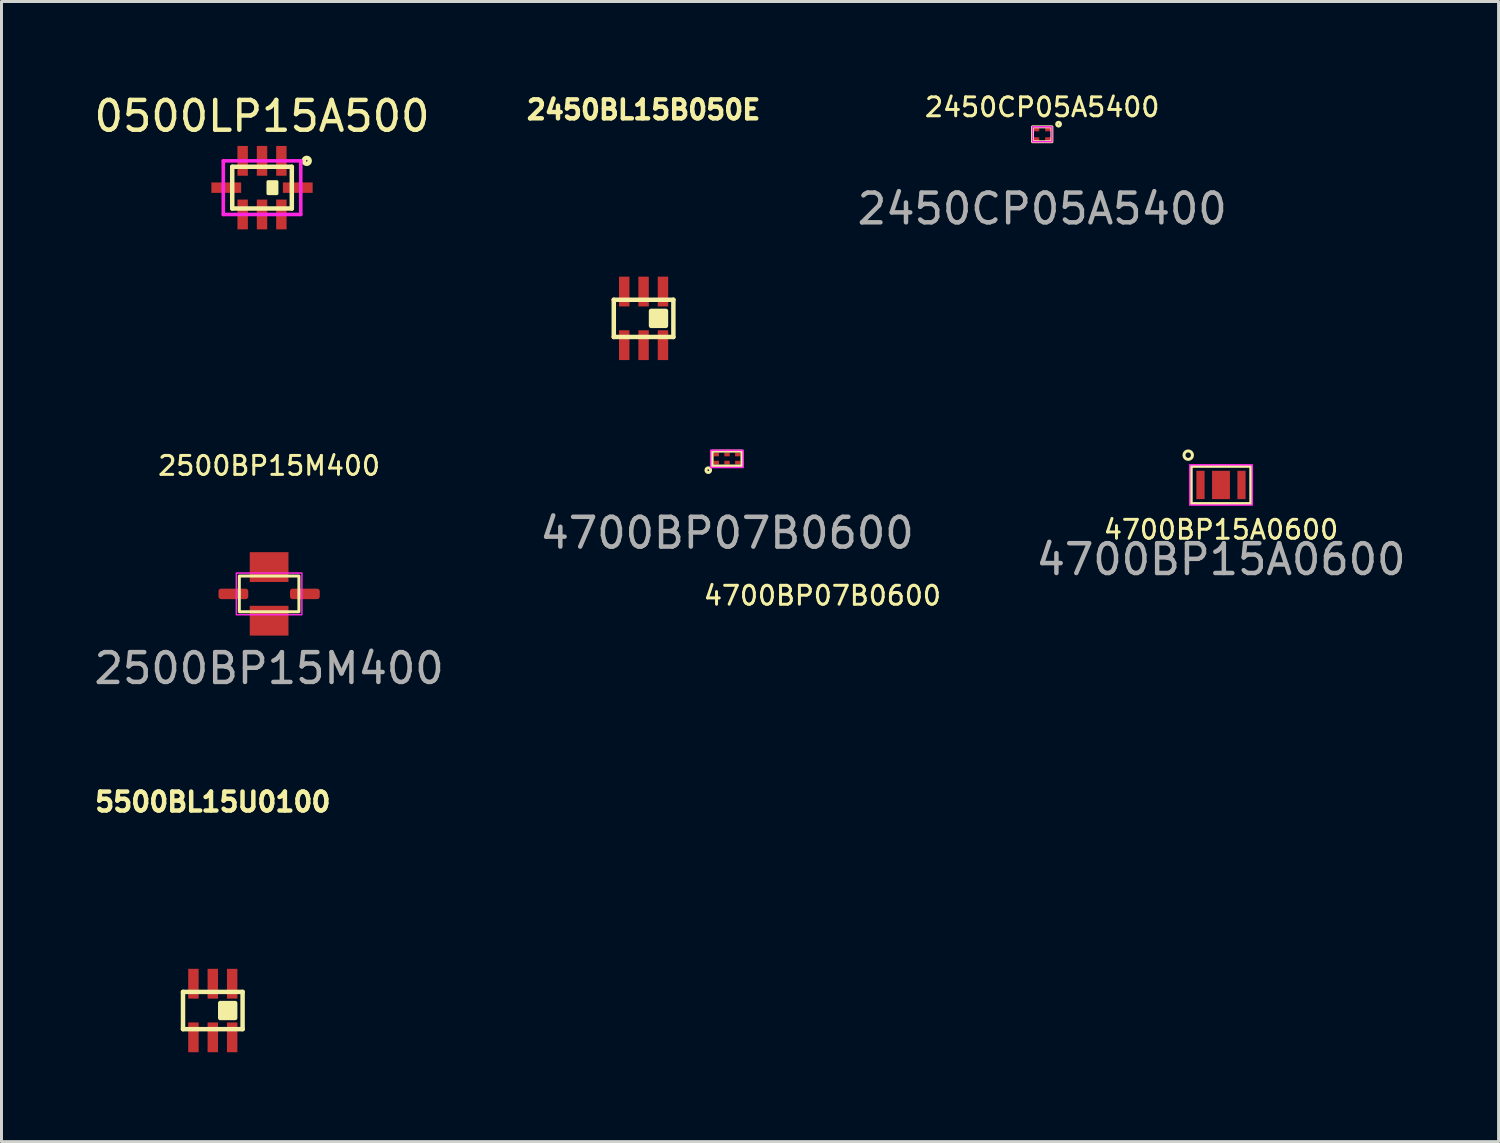
<source format=kicad_pcb>
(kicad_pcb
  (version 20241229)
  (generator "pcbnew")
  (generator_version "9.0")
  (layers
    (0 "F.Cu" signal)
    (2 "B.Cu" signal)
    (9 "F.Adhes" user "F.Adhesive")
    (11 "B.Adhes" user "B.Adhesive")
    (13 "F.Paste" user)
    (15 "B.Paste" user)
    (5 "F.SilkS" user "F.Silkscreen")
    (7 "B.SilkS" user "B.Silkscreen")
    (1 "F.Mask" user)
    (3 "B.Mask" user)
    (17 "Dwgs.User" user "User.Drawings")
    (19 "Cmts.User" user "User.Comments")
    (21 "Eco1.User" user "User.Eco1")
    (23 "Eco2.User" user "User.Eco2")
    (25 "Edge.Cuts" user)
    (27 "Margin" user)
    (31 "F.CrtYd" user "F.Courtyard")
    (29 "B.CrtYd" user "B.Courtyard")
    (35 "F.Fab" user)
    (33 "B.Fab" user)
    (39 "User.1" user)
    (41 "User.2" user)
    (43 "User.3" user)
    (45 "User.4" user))
  (footprint "2500BP15M400"
    (layer "F.Cu")
    (at 5.982 16.882)
    (property "Reference" "2500BP15M400" (at 0 -4.3 0) (unlocked yes) (layer "F.SilkS") (effects (font (size 0.635 0.635) (thickness 0.1))))
    (attr smd)
    (fp_rect (start -1 -0.6) (end 1 0.6) (stroke (width 0.1) (type default)) (fill no) (layer "F.SilkS"))
    (fp_rect (start -1.1 -0.7) (end 1.1 0.7) (stroke (width 0.05) (type default)) (fill no) (layer "F.CrtYd"))
    (fp_text user "${REFERENCE}" (at 0 2.5 0) (unlocked yes) (layer "F.Fab") (effects (font (size 1 1) (thickness 0.15))))
    (pad "1" smd rect (at 0 -0.9) (size 1.3 1) (layers "F.Cu" "F.Mask" "F.Paste"))
    (pad "2" smd roundrect (at 1.2 0) (size 1 0.35) (layers "F.Cu" "F.Mask" "F.Paste") (roundrect_rratio 0.25))
    (pad "3" smd rect (at 0 0.9) (size 1.3 1) (layers "F.Cu" "F.Mask" "F.Paste"))
    (pad "4" smd roundrect (at -1.2 0) (size 1 0.35) (layers "F.Cu" "F.Mask" "F.Paste") (roundrect_rratio 0.25)))
  (footprint "2450CP05A5400"
    (layer "F.Cu")
    (at 31.928 1.457)
    (property "Reference" "2450CP05A5400" (at 0 -0.91 0) (unlocked yes) (layer "F.SilkS") (effects (font (size 0.635 0.635) (thickness 0.1))))
    (attr smd)
    (fp_rect (start -0.325 -0.25) (end 0.325 0.25) (stroke (width 0.1) (type solid)) (fill no) (layer "F.SilkS"))
    (fp_circle (center 0.55 -0.34) (end 0.56 -0.33) (stroke (width 0.1) (type default)) (fill no) (layer "F.SilkS"))
    (fp_rect (start -0.325 -0.25) (end 0.325 0.25) (stroke (width 0.05) (type solid)) (fill no) (layer "F.CrtYd"))
    (fp_text user "${REFERENCE}" (at 0 2.5 0) (unlocked yes) (layer "F.Fab") (effects (font (size 1 1) (thickness 0.15))))
    (pad "1" smd rect (at 0.212 -0.175) (size 0.225 0.15) (layers "F.Cu" "F.Mask" "F.Paste"))
    (pad "2" smd rect (at -0.212 -0.175) (size 0.225 0.15) (layers "F.Cu" "F.Mask" "F.Paste"))
    (pad "3" smd rect (at -0.212 0.175) (size 0.225 0.15) (layers "F.Cu" "F.Mask" "F.Paste"))
    (pad "4" smd rect (at 0.212 0.175) (size 0.225 0.15) (layers "F.Cu" "F.Mask" "F.Paste")))
  (footprint "2450BL15B050E"
    (layer "F.Cu")
    (at 18.55 7.635)
    (property "Reference" "2450BL15B050E" (at 0 -7 0) (layer "F.SilkS") (effects (font (size 0.635 0.635) (thickness 0.15))))
    (attr through_hole)
    (fp_line (start -1 -0.625) (end 1 -0.625) (stroke (width 0.15) (type solid)) (layer "F.SilkS"))
    (fp_line (start -1 0.625) (end -1 -0.625) (stroke (width 0.15) (type solid)) (layer "F.SilkS"))
    (fp_line (start 1 -0.625) (end 1 0.625) (stroke (width 0.15) (type solid)) (layer "F.SilkS"))
    (fp_line (start 1 0.625) (end -1 0.625) (stroke (width 0.15) (type solid)) (layer "F.SilkS"))
    (fp_poly (pts (xy 0.25 -0.25) (xy 0.75 -0.25) (xy 0.75 0.25) (xy 0.25 0.25)) (stroke (width 0.15) (type solid)) (fill yes) (layer "F.SilkS"))
    (pad "1" smd rect (at 0.65 -0.9) (size 0.35 1) (layers "F.Cu" "F.Mask" "F.Paste"))
    (pad "2" smd rect (at 0 -0.9) (size 0.35 1) (layers "F.Cu" "F.Mask" "F.Paste"))
    (pad "3" smd rect (at -0.65 -0.9) (size 0.35 1) (layers "F.Cu" "F.Mask" "F.Paste"))
    (pad "4" smd rect (at -0.65 0.9) (size 0.35 1) (layers "F.Cu" "F.Mask" "F.Paste"))
    (pad "5" smd rect (at 0 0.9) (size 0.35 1) (layers "F.Cu" "F.Mask" "F.Paste"))
    (pad "6" smd rect (at 0.65 0.9) (size 0.35 1) (layers "F.Cu" "F.Mask" "F.Paste")))
  (footprint "5500BL15U0100"
    (layer "F.Cu")
    (at 4.092 30.865)
    (property "Reference" "5500BL15U0100" (at 0 -7 0) (layer "F.SilkS") (effects (font (size 0.635 0.635) (thickness 0.15))))
    (attr through_hole)
    (fp_line (start -1 -0.625) (end 1 -0.625) (stroke (width 0.15) (type solid)) (layer "F.SilkS"))
    (fp_line (start -1 0.625) (end -1 -0.625) (stroke (width 0.15) (type solid)) (layer "F.SilkS"))
    (fp_line (start 1 -0.625) (end 1 0.625) (stroke (width 0.15) (type solid)) (layer "F.SilkS"))
    (fp_line (start 1 0.625) (end -1 0.625) (stroke (width 0.15) (type solid)) (layer "F.SilkS"))
    (fp_poly (pts (xy 0.25 -0.25) (xy 0.75 -0.25) (xy 0.75 0.25) (xy 0.25 0.25)) (stroke (width 0.15) (type solid)) (fill yes) (layer "F.SilkS"))
    (pad "1" smd rect (at 0.65 -0.9) (size 0.35 1) (layers "F.Cu" "F.Mask" "F.Paste"))
    (pad "2" smd rect (at 0 -0.9) (size 0.35 1) (layers "F.Cu" "F.Mask" "F.Paste"))
    (pad "3" smd rect (at -0.65 -0.9) (size 0.35 1) (layers "F.Cu" "F.Mask" "F.Paste"))
    (pad "4" smd rect (at -0.65 0.9) (size 0.35 1) (layers "F.Cu" "F.Mask" "F.Paste"))
    (pad "5" smd rect (at 0 0.9) (size 0.35 1) (layers "F.Cu" "F.Mask" "F.Paste"))
    (pad "6" smd rect (at 0.65 0.9) (size 0.35 1) (layers "F.Cu" "F.Mask" "F.Paste")))
  (footprint "0500LP15A500"
    (layer "F.Cu")
    (at 5.744 3.248)
    (property "Reference" "0500LP15A500" (at 0 -2.4 0) (layer "F.SilkS") (effects (font (size 1 1) (thickness 0.15))))
    (attr through_hole)
    (fp_line (start -1 -0.7) (end 1 -0.7) (stroke (width 0.15) (type solid)) (layer "F.SilkS"))
    (fp_line (start -1 0.7) (end -1 -0.7) (stroke (width 0.15) (type solid)) (layer "F.SilkS"))
    (fp_line (start 1 -0.7) (end 1 0.7) (stroke (width 0.15) (type solid)) (layer "F.SilkS"))
    (fp_line (start 1 0.7) (end -1 0.7) (stroke (width 0.15) (type solid)) (layer "F.SilkS"))
    (fp_circle (center 1.5 -0.9) (end 1.6 -0.9) (stroke (width 0.15) (type solid)) (fill no) (layer "F.SilkS"))
    (fp_poly (pts (xy 0.2 -0.2) (xy 0.5 -0.2) (xy 0.5 0.2) (xy 0.2 0.2)) (stroke (width 0.1) (type solid)) (fill yes) (layer "F.SilkS"))
    (fp_line (start -1.3 -0.9) (end 1.3 -0.9) (stroke (width 0.12) (type solid)) (layer "F.CrtYd"))
    (fp_line (start -1.3 0.9) (end -1.3 -0.9) (stroke (width 0.12) (type solid)) (layer "F.CrtYd"))
    (fp_line (start 1.3 -0.9) (end 1.3 0.9) (stroke (width 0.12) (type solid)) (layer "F.CrtYd"))
    (fp_line (start 1.3 0.9) (end -1.3 0.9) (stroke (width 0.12) (type solid)) (layer "F.CrtYd"))
    (pad "1" smd rect (at 0.65 -0.9) (size 0.35 1) (layers "F.Cu" "F.Mask" "F.Paste"))
    (pad "2" smd rect (at 0 -0.9) (size 0.35 1) (layers "F.Cu" "F.Mask" "F.Paste"))
    (pad "3" smd rect (at -0.65 -0.9) (size 0.35 1) (layers "F.Cu" "F.Mask" "F.Paste"))
    (pad "4" smd rect (at -1.2 0 90) (size 0.35 1) (layers "F.Cu" "F.Mask" "F.Paste"))
    (pad "5" smd rect (at -0.65 0.9) (size 0.35 1) (layers "F.Cu" "F.Mask" "F.Paste"))
    (pad "6" smd rect (at 0 0.9) (size 0.35 1) (layers "F.Cu" "F.Mask" "F.Paste"))
    (pad "7" smd rect (at 0.65 0.9) (size 0.35 1) (layers "F.Cu" "F.Mask" "F.Paste"))
    (pad "8" smd rect (at 1.2 0 90) (size 0.35 1) (layers "F.Cu" "F.Mask" "F.Paste")))
  (footprint "4700BP15A0600"
    (layer "F.Cu")
    (at 37.929 13.226)
    (property "Reference" "4700BP15A0600" (at 0 1.5 0) (unlocked yes) (layer "F.SilkS") (effects (font (size 0.635 0.635) (thickness 0.1))))
    (attr smd)
    (fp_rect (start -1 -0.625) (end 1 0.625) (stroke (width 0.1) (type solid)) (fill no) (layer "F.SilkS"))
    (fp_circle (center -1.1 -1) (end -1 -0.9) (stroke (width 0.1) (type default)) (fill no) (layer "F.SilkS"))
    (fp_rect (start -1.05 -0.675) (end 1.05 0.675) (stroke (width 0.05) (type solid)) (fill no) (layer "F.CrtYd"))
    (fp_text user "${REFERENCE}" (at 0 2.5 0) (unlocked yes) (layer "F.Fab") (effects (font (size 1 1) (thickness 0.15))))
    (pad "1" smd rect (at -0.688 0) (size 0.275 0.95) (layers "F.Cu" "F.Mask" "F.Paste"))
    (pad "2" smd rect (at 0 0) (size 0.6 0.95) (layers "F.Cu" "F.Mask" "F.Paste"))
    (pad "3" smd rect (at 0.688 0) (size 0.275 0.95) (layers "F.Cu" "F.Mask" "F.Paste")))
  (footprint "4700BP07B0600"
    (layer "F.Cu")
    (at 21.351 12.34)
    (property "Reference" "4700BP07B0600" (at 3.2 4.6 0) (unlocked yes) (layer "F.SilkS") (effects (font (size 0.635 0.635) (thickness 0.1))))
    (attr smd)
    (fp_rect (start -0.5 -0.25) (end 0.5 0.25) (stroke (width 0.1) (type default)) (fill no) (layer "F.SilkS"))
    (fp_circle (center -0.63 0.39) (end -0.61 0.41) (stroke (width 0.1) (type default)) (fill no) (layer "F.SilkS"))
    (fp_rect (start -0.55 -0.28) (end 0.54 0.3) (stroke (width 0.05) (type default)) (fill no) (layer "F.CrtYd"))
    (fp_text user "${REFERENCE}" (at 0 2.5 0) (unlocked yes) (layer "F.Fab") (effects (font (size 1 1) (thickness 0.15))))
    (pad "1" smd rect (at -0.36 0.138) (size 0.18 0.125) (layers "F.Cu" "F.Mask" "F.Paste"))
    (pad "2" smd rect (at 0 0.138) (size 0.18 0.125) (layers "F.Cu" "F.Mask" "F.Paste"))
    (pad "3" smd rect (at 0.36 0.138) (size 0.18 0.125) (layers "F.Cu" "F.Mask" "F.Paste"))
    (pad "4" smd rect (at 0.36 -0.138) (size 0.18 0.125) (layers "F.Cu" "F.Mask" "F.Paste"))
    (pad "5" smd rect (at 0 -0.138) (size 0.18 0.125) (layers "F.Cu" "F.Mask" "F.Paste"))
    (pad "6" smd rect (at -0.36 -0.138) (size 0.18 0.125) (layers "F.Cu" "F.Mask" "F.Paste")))
  (gr_rect
    (start -3 -3)
    (end 47.245 35.265)
    (stroke (width 0.1) (type default))
    (fill no)
    (layer "Edge.Cuts")))
</source>
